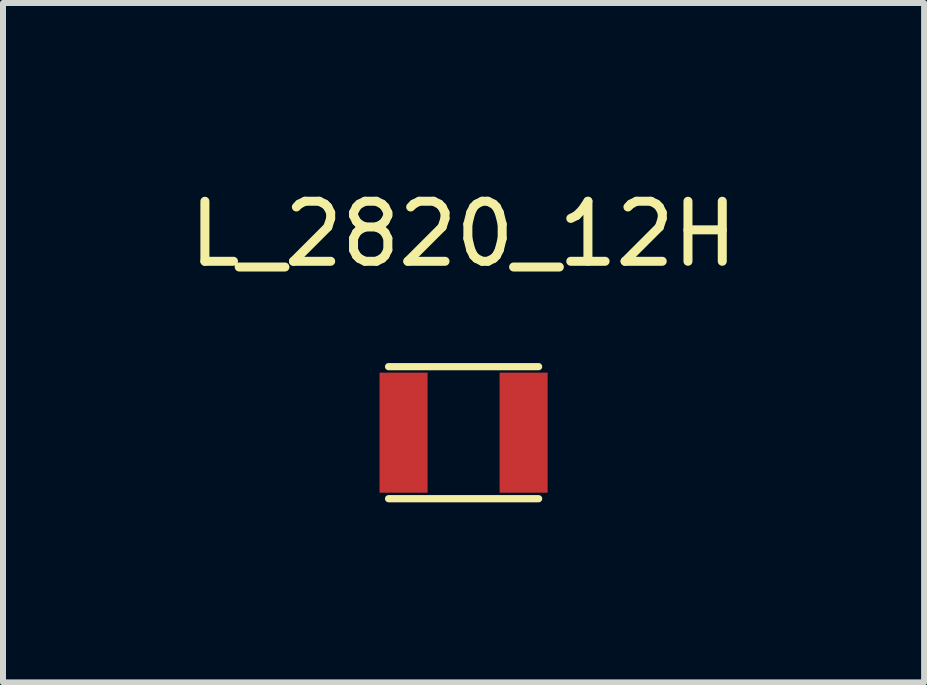
<source format=kicad_pcb>
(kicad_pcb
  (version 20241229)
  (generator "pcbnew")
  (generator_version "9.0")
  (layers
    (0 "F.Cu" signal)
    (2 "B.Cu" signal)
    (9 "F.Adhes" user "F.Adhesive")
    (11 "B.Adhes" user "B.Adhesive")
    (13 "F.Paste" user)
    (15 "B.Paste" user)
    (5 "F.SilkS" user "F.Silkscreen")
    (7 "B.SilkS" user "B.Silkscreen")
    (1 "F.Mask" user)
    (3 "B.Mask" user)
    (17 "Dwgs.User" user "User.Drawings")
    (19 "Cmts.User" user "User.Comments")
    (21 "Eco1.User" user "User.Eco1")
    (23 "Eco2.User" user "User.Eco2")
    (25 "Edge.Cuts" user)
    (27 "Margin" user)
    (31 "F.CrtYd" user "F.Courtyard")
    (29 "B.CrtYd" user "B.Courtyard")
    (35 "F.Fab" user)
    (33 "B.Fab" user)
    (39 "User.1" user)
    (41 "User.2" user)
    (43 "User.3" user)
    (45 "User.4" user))
  (footprint "L_2820_12H"
    (layer "F.Cu")
    (at 4.673 4.158)
    (property "Reference" "L_2820_12H" (at 0 -3.31 0) (layer "F.SilkS") (effects (font (size 1 1) (thickness 0.15))))
    (attr through_hole)
    (fp_line (start -1.25 -1.1) (end 1.25 -1.1) (stroke (width 0.12) (type solid)) (layer "F.SilkS"))
    (fp_line (start 1.25 1.1) (end -1.25 1.1) (stroke (width 0.12) (type solid)) (layer "F.SilkS"))
    (pad "1" smd rect (at -1.4 0) (size 0.8 2) (drill (offset 0.4 0)) (layers "F.Cu" "F.Mask" "F.Paste"))
    (pad "2" smd rect (at 1.4 0) (size 0.8 2) (drill (offset -0.4 0)) (layers "F.Cu" "F.Mask" "F.Paste")))
  (gr_rect
    (start -3 -3)
    (end 12.345 8.318)
    (stroke (width 0.1) (type default))
    (fill no)
    (layer "Edge.Cuts")))
</source>
